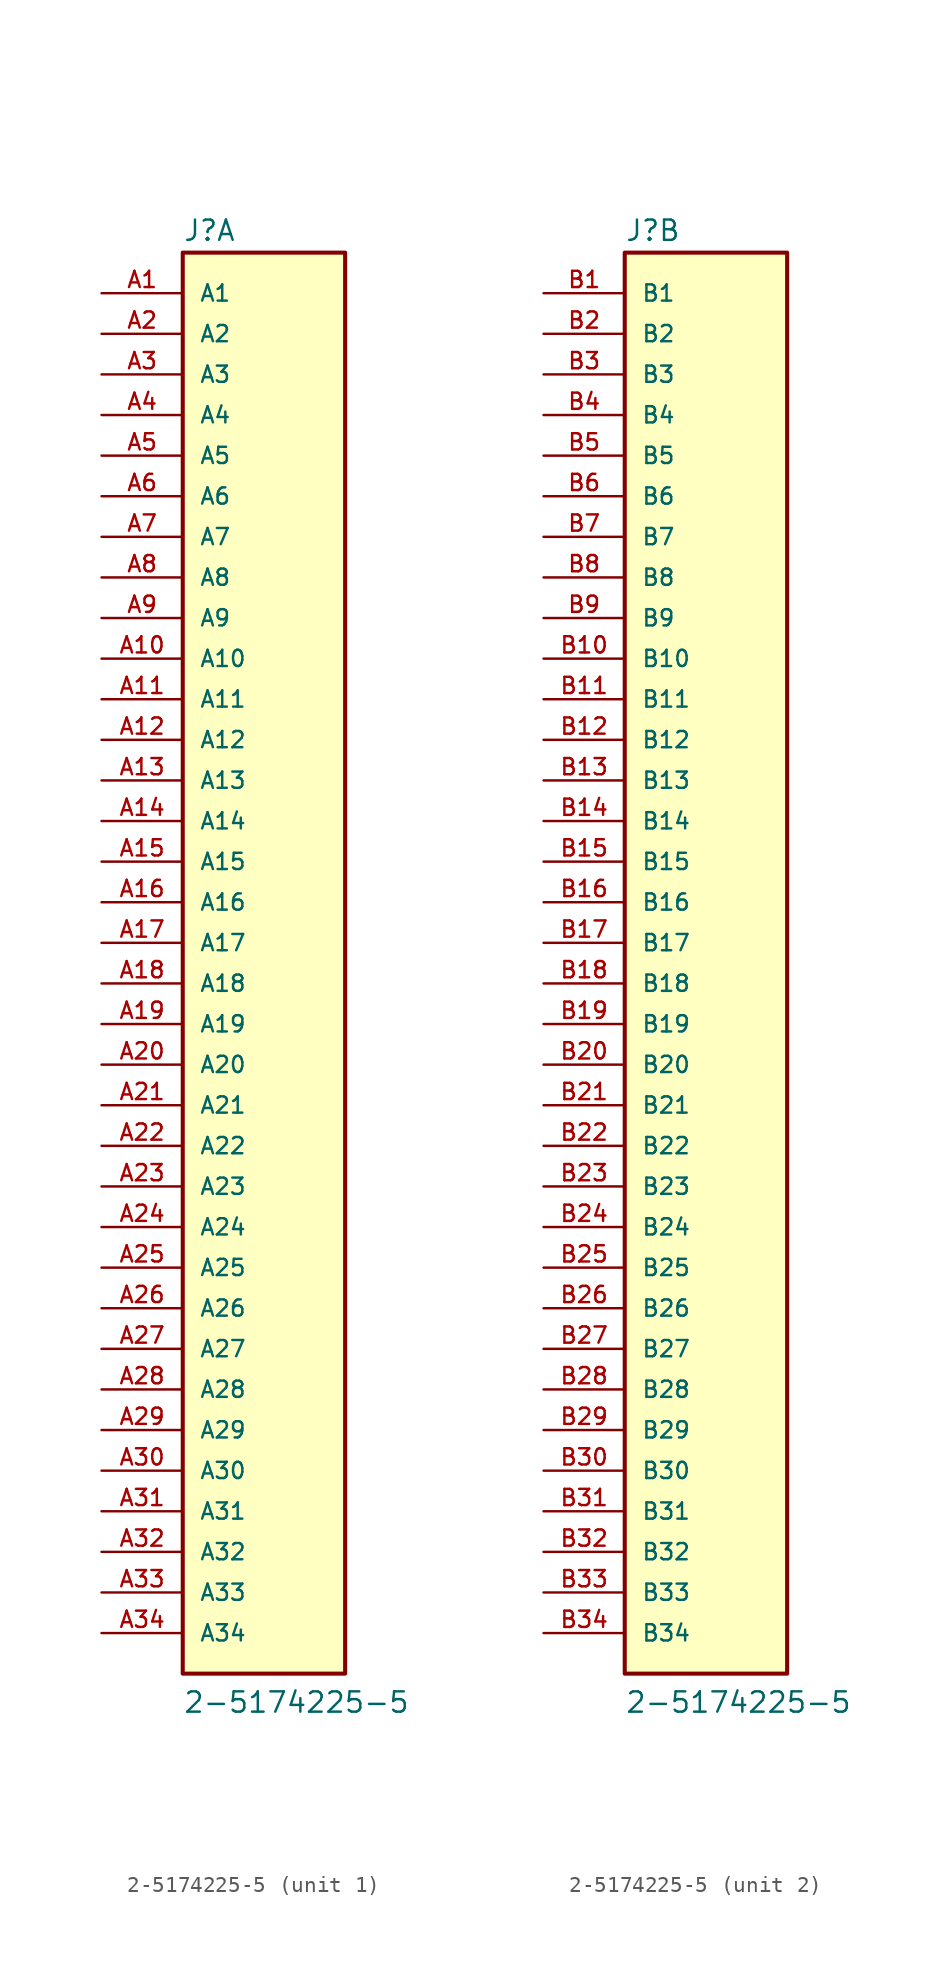
<source format=kicad_sym>
(kicad_symbol_lib
  (version 20241209)
  (generator "kicad_symbol_editor")
  (generator_version "9.0")
  (symbol "2-5174225-5"
    (pin_names
      (offset 1.016))
    (property "Reference" "J"
      (at -5.08 43.815 0)
      (effects (font (size 1.27 1.27)) (justify left bottom)))
    (property "Value" "2-5174225-5"
      (at -5.08 -48.26 0)
      (effects (font (size 1.27 1.27)) (justify left bottom)))
    (symbol "2-5174225-5_1_0"
      (rectangle (start -5.08 -45.72) (end 5.08 43.18) (stroke (width 0.254) (type default)) (fill (type background)))
      (pin passive line (at -10.16 40.64 0) (length 5.08) (name "A1" (effects (font (size 1.016 1.016)))) (number "A1" (effects (font (size 1.016 1.016)))))
      (pin passive line (at -10.16 38.1 0) (length 5.08) (name "A2" (effects (font (size 1.016 1.016)))) (number "A2" (effects (font (size 1.016 1.016)))))
      (pin passive line (at -10.16 35.56 0) (length 5.08) (name "A3" (effects (font (size 1.016 1.016)))) (number "A3" (effects (font (size 1.016 1.016)))))
      (pin passive line (at -10.16 33.02 0) (length 5.08) (name "A4" (effects (font (size 1.016 1.016)))) (number "A4" (effects (font (size 1.016 1.016)))))
      (pin passive line (at -10.16 30.48 0) (length 5.08) (name "A5" (effects (font (size 1.016 1.016)))) (number "A5" (effects (font (size 1.016 1.016)))))
      (pin passive line (at -10.16 27.94 0) (length 5.08) (name "A6" (effects (font (size 1.016 1.016)))) (number "A6" (effects (font (size 1.016 1.016)))))
      (pin passive line (at -10.16 25.4 0) (length 5.08) (name "A7" (effects (font (size 1.016 1.016)))) (number "A7" (effects (font (size 1.016 1.016)))))
      (pin passive line (at -10.16 22.86 0) (length 5.08) (name "A8" (effects (font (size 1.016 1.016)))) (number "A8" (effects (font (size 1.016 1.016)))))
      (pin passive line (at -10.16 20.32 0) (length 5.08) (name "A9" (effects (font (size 1.016 1.016)))) (number "A9" (effects (font (size 1.016 1.016)))))
      (pin passive line (at -10.16 17.78 0) (length 5.08) (name "A10" (effects (font (size 1.016 1.016)))) (number "A10" (effects (font (size 1.016 1.016)))))
      (pin passive line (at -10.16 15.24 0) (length 5.08) (name "A11" (effects (font (size 1.016 1.016)))) (number "A11" (effects (font (size 1.016 1.016)))))
      (pin passive line (at -10.16 12.7 0) (length 5.08) (name "A12" (effects (font (size 1.016 1.016)))) (number "A12" (effects (font (size 1.016 1.016)))))
      (pin passive line (at -10.16 10.16 0) (length 5.08) (name "A13" (effects (font (size 1.016 1.016)))) (number "A13" (effects (font (size 1.016 1.016)))))
      (pin passive line (at -10.16 7.62 0) (length 5.08) (name "A14" (effects (font (size 1.016 1.016)))) (number "A14" (effects (font (size 1.016 1.016)))))
      (pin passive line (at -10.16 5.08 0) (length 5.08) (name "A15" (effects (font (size 1.016 1.016)))) (number "A15" (effects (font (size 1.016 1.016)))))
      (pin passive line (at -10.16 2.54 0) (length 5.08) (name "A16" (effects (font (size 1.016 1.016)))) (number "A16" (effects (font (size 1.016 1.016)))))
      (pin passive line (at -10.16 0 0) (length 5.08) (name "A17" (effects (font (size 1.016 1.016)))) (number "A17" (effects (font (size 1.016 1.016)))))
      (pin passive line (at -10.16 -2.54 0) (length 5.08) (name "A18" (effects (font (size 1.016 1.016)))) (number "A18" (effects (font (size 1.016 1.016)))))
      (pin passive line (at -10.16 -5.08 0) (length 5.08) (name "A19" (effects (font (size 1.016 1.016)))) (number "A19" (effects (font (size 1.016 1.016)))))
      (pin passive line (at -10.16 -7.62 0) (length 5.08) (name "A20" (effects (font (size 1.016 1.016)))) (number "A20" (effects (font (size 1.016 1.016)))))
      (pin passive line (at -10.16 -10.16 0) (length 5.08) (name "A21" (effects (font (size 1.016 1.016)))) (number "A21" (effects (font (size 1.016 1.016)))))
      (pin passive line (at -10.16 -12.7 0) (length 5.08) (name "A22" (effects (font (size 1.016 1.016)))) (number "A22" (effects (font (size 1.016 1.016)))))
      (pin passive line (at -10.16 -15.24 0) (length 5.08) (name "A23" (effects (font (size 1.016 1.016)))) (number "A23" (effects (font (size 1.016 1.016)))))
      (pin passive line (at -10.16 -17.78 0) (length 5.08) (name "A24" (effects (font (size 1.016 1.016)))) (number "A24" (effects (font (size 1.016 1.016)))))
      (pin passive line (at -10.16 -20.32 0) (length 5.08) (name "A25" (effects (font (size 1.016 1.016)))) (number "A25" (effects (font (size 1.016 1.016)))))
      (pin passive line (at -10.16 -22.86 0) (length 5.08) (name "A26" (effects (font (size 1.016 1.016)))) (number "A26" (effects (font (size 1.016 1.016)))))
      (pin passive line (at -10.16 -25.4 0) (length 5.08) (name "A27" (effects (font (size 1.016 1.016)))) (number "A27" (effects (font (size 1.016 1.016)))))
      (pin passive line (at -10.16 -27.94 0) (length 5.08) (name "A28" (effects (font (size 1.016 1.016)))) (number "A28" (effects (font (size 1.016 1.016)))))
      (pin passive line (at -10.16 -30.48 0) (length 5.08) (name "A29" (effects (font (size 1.016 1.016)))) (number "A29" (effects (font (size 1.016 1.016)))))
      (pin passive line (at -10.16 -33.02 0) (length 5.08) (name "A30" (effects (font (size 1.016 1.016)))) (number "A30" (effects (font (size 1.016 1.016)))))
      (pin passive line (at -10.16 -35.56 0) (length 5.08) (name "A31" (effects (font (size 1.016 1.016)))) (number "A31" (effects (font (size 1.016 1.016)))))
      (pin passive line (at -10.16 -38.1 0) (length 5.08) (name "A32" (effects (font (size 1.016 1.016)))) (number "A32" (effects (font (size 1.016 1.016)))))
      (pin passive line (at -10.16 -40.64 0) (length 5.08) (name "A33" (effects (font (size 1.016 1.016)))) (number "A33" (effects (font (size 1.016 1.016)))))
      (pin passive line (at -10.16 -43.18 0) (length 5.08) (name "A34" (effects (font (size 1.016 1.016)))) (number "A34" (effects (font (size 1.016 1.016))))))
    (symbol "2-5174225-5_2_0"
      (rectangle (start -5.08 -45.72) (end 5.08 43.18) (stroke (width 0.254) (type default)) (fill (type background)))
      (pin passive line (at -10.16 40.64 0) (length 5.08) (name "B1" (effects (font (size 1.016 1.016)))) (number "B1" (effects (font (size 1.016 1.016)))))
      (pin passive line (at -10.16 38.1 0) (length 5.08) (name "B2" (effects (font (size 1.016 1.016)))) (number "B2" (effects (font (size 1.016 1.016)))))
      (pin passive line (at -10.16 35.56 0) (length 5.08) (name "B3" (effects (font (size 1.016 1.016)))) (number "B3" (effects (font (size 1.016 1.016)))))
      (pin passive line (at -10.16 33.02 0) (length 5.08) (name "B4" (effects (font (size 1.016 1.016)))) (number "B4" (effects (font (size 1.016 1.016)))))
      (pin passive line (at -10.16 30.48 0) (length 5.08) (name "B5" (effects (font (size 1.016 1.016)))) (number "B5" (effects (font (size 1.016 1.016)))))
      (pin passive line (at -10.16 27.94 0) (length 5.08) (name "B6" (effects (font (size 1.016 1.016)))) (number "B6" (effects (font (size 1.016 1.016)))))
      (pin passive line (at -10.16 25.4 0) (length 5.08) (name "B7" (effects (font (size 1.016 1.016)))) (number "B7" (effects (font (size 1.016 1.016)))))
      (pin passive line (at -10.16 22.86 0) (length 5.08) (name "B8" (effects (font (size 1.016 1.016)))) (number "B8" (effects (font (size 1.016 1.016)))))
      (pin passive line (at -10.16 20.32 0) (length 5.08) (name "B9" (effects (font (size 1.016 1.016)))) (number "B9" (effects (font (size 1.016 1.016)))))
      (pin passive line (at -10.16 17.78 0) (length 5.08) (name "B10" (effects (font (size 1.016 1.016)))) (number "B10" (effects (font (size 1.016 1.016)))))
      (pin passive line (at -10.16 15.24 0) (length 5.08) (name "B11" (effects (font (size 1.016 1.016)))) (number "B11" (effects (font (size 1.016 1.016)))))
      (pin passive line (at -10.16 12.7 0) (length 5.08) (name "B12" (effects (font (size 1.016 1.016)))) (number "B12" (effects (font (size 1.016 1.016)))))
      (pin passive line (at -10.16 10.16 0) (length 5.08) (name "B13" (effects (font (size 1.016 1.016)))) (number "B13" (effects (font (size 1.016 1.016)))))
      (pin passive line (at -10.16 7.62 0) (length 5.08) (name "B14" (effects (font (size 1.016 1.016)))) (number "B14" (effects (font (size 1.016 1.016)))))
      (pin passive line (at -10.16 5.08 0) (length 5.08) (name "B15" (effects (font (size 1.016 1.016)))) (number "B15" (effects (font (size 1.016 1.016)))))
      (pin passive line (at -10.16 2.54 0) (length 5.08) (name "B16" (effects (font (size 1.016 1.016)))) (number "B16" (effects (font (size 1.016 1.016)))))
      (pin passive line (at -10.16 0 0) (length 5.08) (name "B17" (effects (font (size 1.016 1.016)))) (number "B17" (effects (font (size 1.016 1.016)))))
      (pin passive line (at -10.16 -2.54 0) (length 5.08) (name "B18" (effects (font (size 1.016 1.016)))) (number "B18" (effects (font (size 1.016 1.016)))))
      (pin passive line (at -10.16 -5.08 0) (length 5.08) (name "B19" (effects (font (size 1.016 1.016)))) (number "B19" (effects (font (size 1.016 1.016)))))
      (pin passive line (at -10.16 -7.62 0) (length 5.08) (name "B20" (effects (font (size 1.016 1.016)))) (number "B20" (effects (font (size 1.016 1.016)))))
      (pin passive line (at -10.16 -10.16 0) (length 5.08) (name "B21" (effects (font (size 1.016 1.016)))) (number "B21" (effects (font (size 1.016 1.016)))))
      (pin passive line (at -10.16 -12.7 0) (length 5.08) (name "B22" (effects (font (size 1.016 1.016)))) (number "B22" (effects (font (size 1.016 1.016)))))
      (pin passive line (at -10.16 -15.24 0) (length 5.08) (name "B23" (effects (font (size 1.016 1.016)))) (number "B23" (effects (font (size 1.016 1.016)))))
      (pin passive line (at -10.16 -17.78 0) (length 5.08) (name "B24" (effects (font (size 1.016 1.016)))) (number "B24" (effects (font (size 1.016 1.016)))))
      (pin passive line (at -10.16 -20.32 0) (length 5.08) (name "B25" (effects (font (size 1.016 1.016)))) (number "B25" (effects (font (size 1.016 1.016)))))
      (pin passive line (at -10.16 -22.86 0) (length 5.08) (name "B26" (effects (font (size 1.016 1.016)))) (number "B26" (effects (font (size 1.016 1.016)))))
      (pin passive line (at -10.16 -25.4 0) (length 5.08) (name "B27" (effects (font (size 1.016 1.016)))) (number "B27" (effects (font (size 1.016 1.016)))))
      (pin passive line (at -10.16 -27.94 0) (length 5.08) (name "B28" (effects (font (size 1.016 1.016)))) (number "B28" (effects (font (size 1.016 1.016)))))
      (pin passive line (at -10.16 -30.48 0) (length 5.08) (name "B29" (effects (font (size 1.016 1.016)))) (number "B29" (effects (font (size 1.016 1.016)))))
      (pin passive line (at -10.16 -33.02 0) (length 5.08) (name "B30" (effects (font (size 1.016 1.016)))) (number "B30" (effects (font (size 1.016 1.016)))))
      (pin passive line (at -10.16 -35.56 0) (length 5.08) (name "B31" (effects (font (size 1.016 1.016)))) (number "B31" (effects (font (size 1.016 1.016)))))
      (pin passive line (at -10.16 -38.1 0) (length 5.08) (name "B32" (effects (font (size 1.016 1.016)))) (number "B32" (effects (font (size 1.016 1.016)))))
      (pin passive line (at -10.16 -40.64 0) (length 5.08) (name "B33" (effects (font (size 1.016 1.016)))) (number "B33" (effects (font (size 1.016 1.016)))))
      (pin passive line (at -10.16 -43.18 0) (length 5.08) (name "B34" (effects (font (size 1.016 1.016)))) (number "B34" (effects (font (size 1.016 1.016))))))))
</source>
